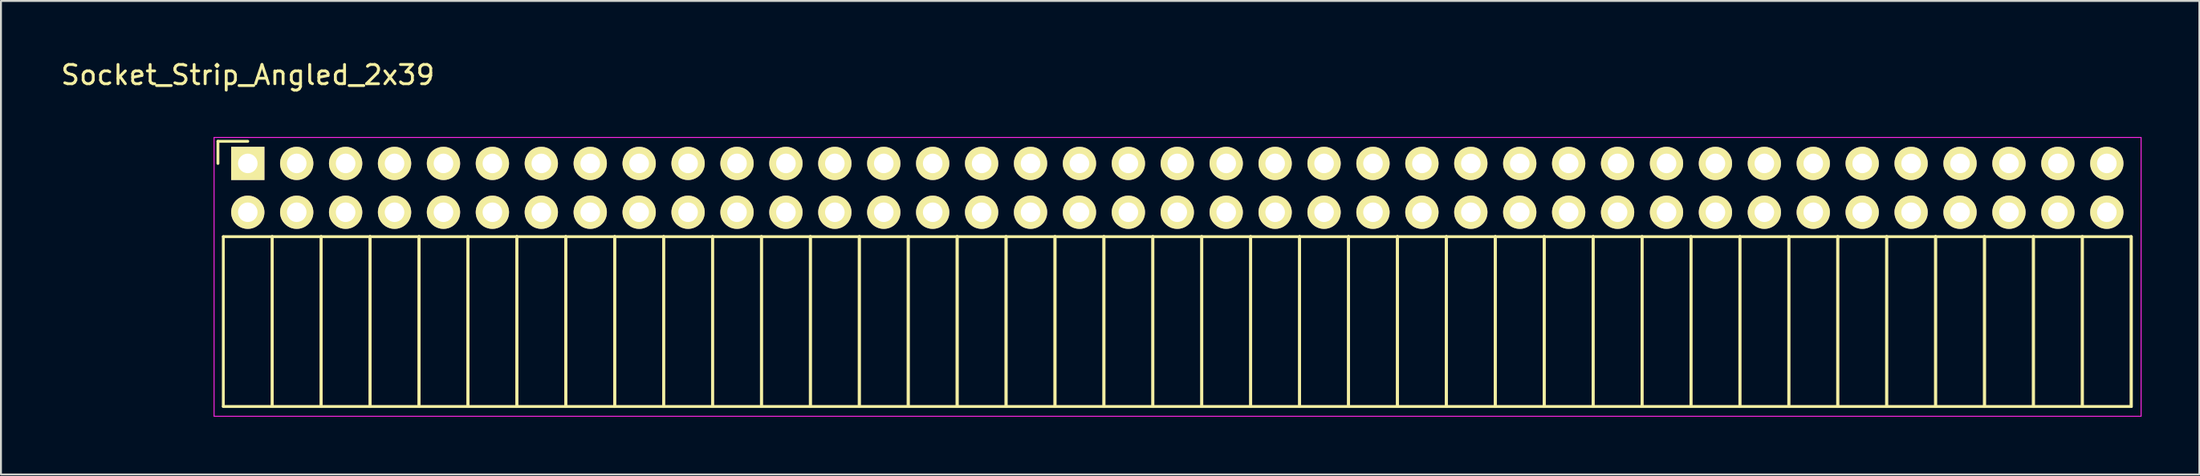
<source format=kicad_pcb>
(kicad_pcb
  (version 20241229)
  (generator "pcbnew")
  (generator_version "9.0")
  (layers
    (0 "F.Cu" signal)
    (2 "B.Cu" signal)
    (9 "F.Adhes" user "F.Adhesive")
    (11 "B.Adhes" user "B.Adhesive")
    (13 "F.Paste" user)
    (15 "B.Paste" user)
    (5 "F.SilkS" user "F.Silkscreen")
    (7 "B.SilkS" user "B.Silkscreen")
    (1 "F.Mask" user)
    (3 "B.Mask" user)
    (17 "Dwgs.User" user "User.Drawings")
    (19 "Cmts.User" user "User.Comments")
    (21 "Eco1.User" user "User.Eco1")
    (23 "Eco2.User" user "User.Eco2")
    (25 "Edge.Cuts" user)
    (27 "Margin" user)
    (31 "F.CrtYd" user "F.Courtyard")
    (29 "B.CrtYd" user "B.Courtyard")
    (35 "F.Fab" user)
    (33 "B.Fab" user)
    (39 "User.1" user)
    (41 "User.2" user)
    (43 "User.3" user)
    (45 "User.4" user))
  (footprint "Socket_Strip_Angled_2x39"
    (layer "F.Cu")
    (at 9.815 5.448)
    (property "Reference" "Socket_Strip_Angled_2x39" (at 0 -4.6 0) (layer "F.SilkS") (effects (font (size 1 1) (thickness 0.15))))
    (attr through_hole)
    (fp_line (start -1.55 -1.15) (end -1.55 0) (stroke (width 0.15) (type solid)) (layer "F.SilkS"))
    (fp_line (start -1.27 3.81) (end -1.27 12.64) (stroke (width 0.15) (type solid)) (layer "F.SilkS"))
    (fp_line (start -1.27 3.81) (end 1.27 3.81) (stroke (width 0.15) (type solid)) (layer "F.SilkS"))
    (fp_line (start -1.27 12.64) (end 1.27 12.64) (stroke (width 0.15) (type solid)) (layer "F.SilkS"))
    (fp_line (start 0 -1.15) (end -1.55 -1.15) (stroke (width 0.15) (type solid)) (layer "F.SilkS"))
    (fp_line (start 1.27 3.81) (end 1.27 12.64) (stroke (width 0.15) (type solid)) (layer "F.SilkS"))
    (fp_line (start 1.27 3.81) (end 3.81 3.81) (stroke (width 0.15) (type solid)) (layer "F.SilkS"))
    (fp_line (start 1.27 12.64) (end 1.27 3.81) (stroke (width 0.15) (type solid)) (layer "F.SilkS"))
    (fp_line (start 1.27 12.64) (end 3.81 12.64) (stroke (width 0.15) (type solid)) (layer "F.SilkS"))
    (fp_line (start 3.81 3.81) (end 3.81 12.64) (stroke (width 0.15) (type solid)) (layer "F.SilkS"))
    (fp_line (start 3.81 3.81) (end 6.35 3.81) (stroke (width 0.15) (type solid)) (layer "F.SilkS"))
    (fp_line (start 3.81 12.64) (end 3.81 3.81) (stroke (width 0.15) (type solid)) (layer "F.SilkS"))
    (fp_line (start 3.81 12.64) (end 6.35 12.64) (stroke (width 0.15) (type solid)) (layer "F.SilkS"))
    (fp_line (start 6.35 3.81) (end 6.35 12.64) (stroke (width 0.15) (type solid)) (layer "F.SilkS"))
    (fp_line (start 6.35 3.81) (end 8.89 3.81) (stroke (width 0.15) (type solid)) (layer "F.SilkS"))
    (fp_line (start 6.35 12.64) (end 6.35 3.81) (stroke (width 0.15) (type solid)) (layer "F.SilkS"))
    (fp_line (start 6.35 12.64) (end 8.89 12.64) (stroke (width 0.15) (type solid)) (layer "F.SilkS"))
    (fp_line (start 8.89 3.81) (end 8.89 12.64) (stroke (width 0.15) (type solid)) (layer "F.SilkS"))
    (fp_line (start 8.89 3.81) (end 11.43 3.81) (stroke (width 0.15) (type solid)) (layer "F.SilkS"))
    (fp_line (start 8.89 12.64) (end 8.89 3.81) (stroke (width 0.15) (type solid)) (layer "F.SilkS"))
    (fp_line (start 8.89 12.64) (end 11.43 12.64) (stroke (width 0.15) (type solid)) (layer "F.SilkS"))
    (fp_line (start 11.43 3.81) (end 11.43 12.64) (stroke (width 0.15) (type solid)) (layer "F.SilkS"))
    (fp_line (start 11.43 3.81) (end 13.97 3.81) (stroke (width 0.15) (type solid)) (layer "F.SilkS"))
    (fp_line (start 11.43 12.64) (end 11.43 3.81) (stroke (width 0.15) (type solid)) (layer "F.SilkS"))
    (fp_line (start 11.43 12.64) (end 13.97 12.64) (stroke (width 0.15) (type solid)) (layer "F.SilkS"))
    (fp_line (start 13.97 3.81) (end 13.97 12.64) (stroke (width 0.15) (type solid)) (layer "F.SilkS"))
    (fp_line (start 13.97 3.81) (end 16.51 3.81) (stroke (width 0.15) (type solid)) (layer "F.SilkS"))
    (fp_line (start 13.97 12.64) (end 13.97 3.81) (stroke (width 0.15) (type solid)) (layer "F.SilkS"))
    (fp_line (start 13.97 12.64) (end 16.51 12.64) (stroke (width 0.15) (type solid)) (layer "F.SilkS"))
    (fp_line (start 16.51 3.81) (end 16.51 12.64) (stroke (width 0.15) (type solid)) (layer "F.SilkS"))
    (fp_line (start 16.51 3.81) (end 19.05 3.81) (stroke (width 0.15) (type solid)) (layer "F.SilkS"))
    (fp_line (start 16.51 12.64) (end 16.51 3.81) (stroke (width 0.15) (type solid)) (layer "F.SilkS"))
    (fp_line (start 16.51 12.64) (end 19.05 12.64) (stroke (width 0.15) (type solid)) (layer "F.SilkS"))
    (fp_line (start 19.05 3.81) (end 19.05 12.64) (stroke (width 0.15) (type solid)) (layer "F.SilkS"))
    (fp_line (start 19.05 3.81) (end 21.59 3.81) (stroke (width 0.15) (type solid)) (layer "F.SilkS"))
    (fp_line (start 19.05 12.64) (end 19.05 3.81) (stroke (width 0.15) (type solid)) (layer "F.SilkS"))
    (fp_line (start 19.05 12.64) (end 21.59 12.64) (stroke (width 0.15) (type solid)) (layer "F.SilkS"))
    (fp_line (start 21.59 3.81) (end 21.59 12.64) (stroke (width 0.15) (type solid)) (layer "F.SilkS"))
    (fp_line (start 21.59 3.81) (end 24.13 3.81) (stroke (width 0.15) (type solid)) (layer "F.SilkS"))
    (fp_line (start 21.59 12.64) (end 21.59 3.81) (stroke (width 0.15) (type solid)) (layer "F.SilkS"))
    (fp_line (start 21.59 12.64) (end 24.13 12.64) (stroke (width 0.15) (type solid)) (layer "F.SilkS"))
    (fp_line (start 24.13 3.81) (end 24.13 12.64) (stroke (width 0.15) (type solid)) (layer "F.SilkS"))
    (fp_line (start 24.13 3.81) (end 26.67 3.81) (stroke (width 0.15) (type solid)) (layer "F.SilkS"))
    (fp_line (start 24.13 12.64) (end 24.13 3.81) (stroke (width 0.15) (type solid)) (layer "F.SilkS"))
    (fp_line (start 24.13 12.64) (end 26.67 12.64) (stroke (width 0.15) (type solid)) (layer "F.SilkS"))
    (fp_line (start 26.67 3.81) (end 26.67 12.64) (stroke (width 0.15) (type solid)) (layer "F.SilkS"))
    (fp_line (start 26.67 3.81) (end 29.21 3.81) (stroke (width 0.15) (type solid)) (layer "F.SilkS"))
    (fp_line (start 26.67 12.64) (end 26.67 3.81) (stroke (width 0.15) (type solid)) (layer "F.SilkS"))
    (fp_line (start 26.67 12.64) (end 29.21 12.64) (stroke (width 0.15) (type solid)) (layer "F.SilkS"))
    (fp_line (start 29.21 3.81) (end 29.21 12.64) (stroke (width 0.15) (type solid)) (layer "F.SilkS"))
    (fp_line (start 29.21 3.81) (end 31.75 3.81) (stroke (width 0.15) (type solid)) (layer "F.SilkS"))
    (fp_line (start 29.21 12.64) (end 29.21 3.81) (stroke (width 0.15) (type solid)) (layer "F.SilkS"))
    (fp_line (start 29.21 12.64) (end 31.75 12.64) (stroke (width 0.15) (type solid)) (layer "F.SilkS"))
    (fp_line (start 31.75 3.81) (end 31.75 12.64) (stroke (width 0.15) (type solid)) (layer "F.SilkS"))
    (fp_line (start 31.75 3.81) (end 34.29 3.81) (stroke (width 0.15) (type solid)) (layer "F.SilkS"))
    (fp_line (start 31.75 12.64) (end 31.75 3.81) (stroke (width 0.15) (type solid)) (layer "F.SilkS"))
    (fp_line (start 31.75 12.64) (end 34.29 12.64) (stroke (width 0.15) (type solid)) (layer "F.SilkS"))
    (fp_line (start 34.29 3.81) (end 34.29 12.64) (stroke (width 0.15) (type solid)) (layer "F.SilkS"))
    (fp_line (start 34.29 3.81) (end 36.83 3.81) (stroke (width 0.15) (type solid)) (layer "F.SilkS"))
    (fp_line (start 34.29 12.64) (end 34.29 3.81) (stroke (width 0.15) (type solid)) (layer "F.SilkS"))
    (fp_line (start 34.29 12.64) (end 36.83 12.64) (stroke (width 0.15) (type solid)) (layer "F.SilkS"))
    (fp_line (start 36.83 3.81) (end 36.83 12.64) (stroke (width 0.15) (type solid)) (layer "F.SilkS"))
    (fp_line (start 36.83 3.81) (end 39.37 3.81) (stroke (width 0.15) (type solid)) (layer "F.SilkS"))
    (fp_line (start 36.83 12.64) (end 36.83 3.81) (stroke (width 0.15) (type solid)) (layer "F.SilkS"))
    (fp_line (start 36.83 12.64) (end 39.37 12.64) (stroke (width 0.15) (type solid)) (layer "F.SilkS"))
    (fp_line (start 39.37 3.81) (end 39.37 12.64) (stroke (width 0.15) (type solid)) (layer "F.SilkS"))
    (fp_line (start 39.37 3.81) (end 41.91 3.81) (stroke (width 0.15) (type solid)) (layer "F.SilkS"))
    (fp_line (start 39.37 12.64) (end 39.37 3.81) (stroke (width 0.15) (type solid)) (layer "F.SilkS"))
    (fp_line (start 39.37 12.64) (end 41.91 12.64) (stroke (width 0.15) (type solid)) (layer "F.SilkS"))
    (fp_line (start 41.91 3.81) (end 41.91 12.64) (stroke (width 0.15) (type solid)) (layer "F.SilkS"))
    (fp_line (start 41.91 3.81) (end 44.45 3.81) (stroke (width 0.15) (type solid)) (layer "F.SilkS"))
    (fp_line (start 41.91 12.64) (end 41.91 3.81) (stroke (width 0.15) (type solid)) (layer "F.SilkS"))
    (fp_line (start 41.91 12.64) (end 44.45 12.64) (stroke (width 0.15) (type solid)) (layer "F.SilkS"))
    (fp_line (start 44.45 3.81) (end 44.45 12.64) (stroke (width 0.15) (type solid)) (layer "F.SilkS"))
    (fp_line (start 44.45 3.81) (end 46.99 3.81) (stroke (width 0.15) (type solid)) (layer "F.SilkS"))
    (fp_line (start 44.45 12.64) (end 44.45 3.81) (stroke (width 0.15) (type solid)) (layer "F.SilkS"))
    (fp_line (start 44.45 12.64) (end 46.99 12.64) (stroke (width 0.15) (type solid)) (layer "F.SilkS"))
    (fp_line (start 46.99 3.81) (end 46.99 12.64) (stroke (width 0.15) (type solid)) (layer "F.SilkS"))
    (fp_line (start 46.99 3.81) (end 49.53 3.81) (stroke (width 0.15) (type solid)) (layer "F.SilkS"))
    (fp_line (start 46.99 12.64) (end 46.99 3.81) (stroke (width 0.15) (type solid)) (layer "F.SilkS"))
    (fp_line (start 46.99 12.64) (end 49.53 12.64) (stroke (width 0.15) (type solid)) (layer "F.SilkS"))
    (fp_line (start 49.53 3.81) (end 49.53 12.64) (stroke (width 0.15) (type solid)) (layer "F.SilkS"))
    (fp_line (start 49.53 3.81) (end 52.07 3.81) (stroke (width 0.15) (type solid)) (layer "F.SilkS"))
    (fp_line (start 49.53 12.64) (end 49.53 3.81) (stroke (width 0.15) (type solid)) (layer "F.SilkS"))
    (fp_line (start 49.53 12.64) (end 52.07 12.64) (stroke (width 0.15) (type solid)) (layer "F.SilkS"))
    (fp_line (start 52.07 3.81) (end 52.07 12.64) (stroke (width 0.15) (type solid)) (layer "F.SilkS"))
    (fp_line (start 52.07 3.81) (end 54.61 3.81) (stroke (width 0.15) (type solid)) (layer "F.SilkS"))
    (fp_line (start 52.07 12.64) (end 52.07 3.81) (stroke (width 0.15) (type solid)) (layer "F.SilkS"))
    (fp_line (start 52.07 12.64) (end 54.61 12.64) (stroke (width 0.15) (type solid)) (layer "F.SilkS"))
    (fp_line (start 54.61 3.81) (end 54.61 12.64) (stroke (width 0.15) (type solid)) (layer "F.SilkS"))
    (fp_line (start 54.61 3.81) (end 57.15 3.81) (stroke (width 0.15) (type solid)) (layer "F.SilkS"))
    (fp_line (start 54.61 12.64) (end 54.61 3.81) (stroke (width 0.15) (type solid)) (layer "F.SilkS"))
    (fp_line (start 54.61 12.64) (end 57.15 12.64) (stroke (width 0.15) (type solid)) (layer "F.SilkS"))
    (fp_line (start 57.15 3.81) (end 57.15 12.64) (stroke (width 0.15) (type solid)) (layer "F.SilkS"))
    (fp_line (start 57.15 3.81) (end 59.69 3.81) (stroke (width 0.15) (type solid)) (layer "F.SilkS"))
    (fp_line (start 57.15 12.64) (end 57.15 3.81) (stroke (width 0.15) (type solid)) (layer "F.SilkS"))
    (fp_line (start 57.15 12.64) (end 59.69 12.64) (stroke (width 0.15) (type solid)) (layer "F.SilkS"))
    (fp_line (start 59.69 3.81) (end 59.69 12.64) (stroke (width 0.15) (type solid)) (layer "F.SilkS"))
    (fp_line (start 59.69 3.81) (end 62.23 3.81) (stroke (width 0.15) (type solid)) (layer "F.SilkS"))
    (fp_line (start 59.69 12.64) (end 59.69 3.81) (stroke (width 0.15) (type solid)) (layer "F.SilkS"))
    (fp_line (start 59.69 12.64) (end 62.23 12.64) (stroke (width 0.15) (type solid)) (layer "F.SilkS"))
    (fp_line (start 62.23 3.81) (end 62.23 12.64) (stroke (width 0.15) (type solid)) (layer "F.SilkS"))
    (fp_line (start 62.23 3.81) (end 64.77 3.81) (stroke (width 0.15) (type solid)) (layer "F.SilkS"))
    (fp_line (start 62.23 12.64) (end 62.23 3.81) (stroke (width 0.15) (type solid)) (layer "F.SilkS"))
    (fp_line (start 62.23 12.64) (end 64.77 12.64) (stroke (width 0.15) (type solid)) (layer "F.SilkS"))
    (fp_line (start 64.77 3.81) (end 64.77 12.64) (stroke (width 0.15) (type solid)) (layer "F.SilkS"))
    (fp_line (start 64.77 3.81) (end 67.31 3.81) (stroke (width 0.15) (type solid)) (layer "F.SilkS"))
    (fp_line (start 64.77 12.64) (end 64.77 3.81) (stroke (width 0.15) (type solid)) (layer "F.SilkS"))
    (fp_line (start 64.77 12.64) (end 67.31 12.64) (stroke (width 0.15) (type solid)) (layer "F.SilkS"))
    (fp_line (start 67.31 3.81) (end 67.31 12.64) (stroke (width 0.15) (type solid)) (layer "F.SilkS"))
    (fp_line (start 67.31 3.81) (end 69.85 3.81) (stroke (width 0.15) (type solid)) (layer "F.SilkS"))
    (fp_line (start 67.31 12.64) (end 67.31 3.81) (stroke (width 0.15) (type solid)) (layer "F.SilkS"))
    (fp_line (start 67.31 12.64) (end 69.85 12.64) (stroke (width 0.15) (type solid)) (layer "F.SilkS"))
    (fp_line (start 69.85 3.81) (end 69.85 12.64) (stroke (width 0.15) (type solid)) (layer "F.SilkS"))
    (fp_line (start 69.85 3.81) (end 72.39 3.81) (stroke (width 0.15) (type solid)) (layer "F.SilkS"))
    (fp_line (start 69.85 12.64) (end 69.85 3.81) (stroke (width 0.15) (type solid)) (layer "F.SilkS"))
    (fp_line (start 69.85 12.64) (end 72.39 12.64) (stroke (width 0.15) (type solid)) (layer "F.SilkS"))
    (fp_line (start 72.39 3.81) (end 72.39 12.64) (stroke (width 0.15) (type solid)) (layer "F.SilkS"))
    (fp_line (start 72.39 3.81) (end 74.93 3.81) (stroke (width 0.15) (type solid)) (layer "F.SilkS"))
    (fp_line (start 72.39 12.64) (end 72.39 3.81) (stroke (width 0.15) (type solid)) (layer "F.SilkS"))
    (fp_line (start 72.39 12.64) (end 74.93 12.64) (stroke (width 0.15) (type solid)) (layer "F.SilkS"))
    (fp_line (start 74.93 3.81) (end 74.93 12.64) (stroke (width 0.15) (type solid)) (layer "F.SilkS"))
    (fp_line (start 74.93 3.81) (end 77.47 3.81) (stroke (width 0.15) (type solid)) (layer "F.SilkS"))
    (fp_line (start 74.93 12.64) (end 74.93 3.81) (stroke (width 0.15) (type solid)) (layer "F.SilkS"))
    (fp_line (start 74.93 12.64) (end 77.47 12.64) (stroke (width 0.15) (type solid)) (layer "F.SilkS"))
    (fp_line (start 77.47 3.81) (end 77.47 12.64) (stroke (width 0.15) (type solid)) (layer "F.SilkS"))
    (fp_line (start 77.47 3.81) (end 80.01 3.81) (stroke (width 0.15) (type solid)) (layer "F.SilkS"))
    (fp_line (start 77.47 12.64) (end 77.47 3.81) (stroke (width 0.15) (type solid)) (layer "F.SilkS"))
    (fp_line (start 77.47 12.64) (end 80.01 12.64) (stroke (width 0.15) (type solid)) (layer "F.SilkS"))
    (fp_line (start 80.01 3.81) (end 80.01 12.64) (stroke (width 0.15) (type solid)) (layer "F.SilkS"))
    (fp_line (start 80.01 3.81) (end 82.55 3.81) (stroke (width 0.15) (type solid)) (layer "F.SilkS"))
    (fp_line (start 80.01 12.64) (end 80.01 3.81) (stroke (width 0.15) (type solid)) (layer "F.SilkS"))
    (fp_line (start 80.01 12.64) (end 82.55 12.64) (stroke (width 0.15) (type solid)) (layer "F.SilkS"))
    (fp_line (start 82.55 3.81) (end 82.55 12.64) (stroke (width 0.15) (type solid)) (layer "F.SilkS"))
    (fp_line (start 82.55 3.81) (end 85.09 3.81) (stroke (width 0.15) (type solid)) (layer "F.SilkS"))
    (fp_line (start 82.55 12.64) (end 82.55 3.81) (stroke (width 0.15) (type solid)) (layer "F.SilkS"))
    (fp_line (start 82.55 12.64) (end 85.09 12.64) (stroke (width 0.15) (type solid)) (layer "F.SilkS"))
    (fp_line (start 85.09 3.81) (end 85.09 12.64) (stroke (width 0.15) (type solid)) (layer "F.SilkS"))
    (fp_line (start 85.09 3.81) (end 87.63 3.81) (stroke (width 0.15) (type solid)) (layer "F.SilkS"))
    (fp_line (start 85.09 12.64) (end 85.09 3.81) (stroke (width 0.15) (type solid)) (layer "F.SilkS"))
    (fp_line (start 85.09 12.64) (end 87.63 12.64) (stroke (width 0.15) (type solid)) (layer "F.SilkS"))
    (fp_line (start 87.63 3.81) (end 87.63 12.64) (stroke (width 0.15) (type solid)) (layer "F.SilkS"))
    (fp_line (start 87.63 3.81) (end 90.17 3.81) (stroke (width 0.15) (type solid)) (layer "F.SilkS"))
    (fp_line (start 87.63 12.64) (end 87.63 3.81) (stroke (width 0.15) (type solid)) (layer "F.SilkS"))
    (fp_line (start 87.63 12.64) (end 90.17 12.64) (stroke (width 0.15) (type solid)) (layer "F.SilkS"))
    (fp_line (start 90.17 3.81) (end 90.17 12.64) (stroke (width 0.15) (type solid)) (layer "F.SilkS"))
    (fp_line (start 90.17 3.81) (end 92.71 3.81) (stroke (width 0.15) (type solid)) (layer "F.SilkS"))
    (fp_line (start 90.17 12.64) (end 90.17 3.81) (stroke (width 0.15) (type solid)) (layer "F.SilkS"))
    (fp_line (start 90.17 12.64) (end 92.71 12.64) (stroke (width 0.15) (type solid)) (layer "F.SilkS"))
    (fp_line (start 92.71 3.81) (end 92.71 12.64) (stroke (width 0.15) (type solid)) (layer "F.SilkS"))
    (fp_line (start 92.71 3.81) (end 95.25 3.81) (stroke (width 0.15) (type solid)) (layer "F.SilkS"))
    (fp_line (start 92.71 12.64) (end 92.71 3.81) (stroke (width 0.15) (type solid)) (layer "F.SilkS"))
    (fp_line (start 92.71 12.64) (end 95.25 12.64) (stroke (width 0.15) (type solid)) (layer "F.SilkS"))
    (fp_line (start 95.25 3.81) (end 95.25 12.64) (stroke (width 0.15) (type solid)) (layer "F.SilkS"))
    (fp_line (start 95.25 3.81) (end 97.79 3.81) (stroke (width 0.15) (type solid)) (layer "F.SilkS"))
    (fp_line (start 95.25 12.64) (end 95.25 3.81) (stroke (width 0.15) (type solid)) (layer "F.SilkS"))
    (fp_line (start 95.25 12.64) (end 97.79 12.64) (stroke (width 0.15) (type solid)) (layer "F.SilkS"))
    (fp_line (start 97.79 3.81) (end 97.79 12.64) (stroke (width 0.15) (type solid)) (layer "F.SilkS"))
    (fp_line (start 97.79 12.64) (end 97.79 3.81) (stroke (width 0.15) (type solid)) (layer "F.SilkS"))
    (fp_line (start -1.75 -1.35) (end -1.75 13.15) (stroke (width 0.05) (type solid)) (layer "F.CrtYd"))
    (fp_line (start -1.75 -1.35) (end 98.3 -1.35) (stroke (width 0.05) (type solid)) (layer "F.CrtYd"))
    (fp_line (start -1.75 13.15) (end 98.3 13.15) (stroke (width 0.05) (type solid)) (layer "F.CrtYd"))
    (fp_line (start 98.3 -1.35) (end 98.3 13.15) (stroke (width 0.05) (type solid)) (layer "F.CrtYd"))
    (pad "1" thru_hole rect (at 0 0) (size 1.727 1.727) (drill 1.016) (layers "*.Cu" "*.Mask" "F.SilkS"))
    (pad "2" thru_hole oval (at 0 2.54) (size 1.727 1.727) (drill 1.016) (layers "*.Cu" "*.Mask" "F.SilkS"))
    (pad "3" thru_hole oval (at 2.54 0) (size 1.727 1.727) (drill 1.016) (layers "*.Cu" "*.Mask" "F.SilkS"))
    (pad "4" thru_hole oval (at 2.54 2.54) (size 1.727 1.727) (drill 1.016) (layers "*.Cu" "*.Mask" "F.SilkS"))
    (pad "5" thru_hole oval (at 5.08 0) (size 1.727 1.727) (drill 1.016) (layers "*.Cu" "*.Mask" "F.SilkS"))
    (pad "6" thru_hole oval (at 5.08 2.54) (size 1.727 1.727) (drill 1.016) (layers "*.Cu" "*.Mask" "F.SilkS"))
    (pad "7" thru_hole oval (at 7.62 0) (size 1.727 1.727) (drill 1.016) (layers "*.Cu" "*.Mask" "F.SilkS"))
    (pad "8" thru_hole oval (at 7.62 2.54) (size 1.727 1.727) (drill 1.016) (layers "*.Cu" "*.Mask" "F.SilkS"))
    (pad "9" thru_hole oval (at 10.16 0) (size 1.727 1.727) (drill 1.016) (layers "*.Cu" "*.Mask" "F.SilkS"))
    (pad "10" thru_hole oval (at 10.16 2.54) (size 1.727 1.727) (drill 1.016) (layers "*.Cu" "*.Mask" "F.SilkS"))
    (pad "11" thru_hole oval (at 12.7 0) (size 1.727 1.727) (drill 1.016) (layers "*.Cu" "*.Mask" "F.SilkS"))
    (pad "12" thru_hole oval (at 12.7 2.54) (size 1.727 1.727) (drill 1.016) (layers "*.Cu" "*.Mask" "F.SilkS"))
    (pad "13" thru_hole oval (at 15.24 0) (size 1.727 1.727) (drill 1.016) (layers "*.Cu" "*.Mask" "F.SilkS"))
    (pad "14" thru_hole oval (at 15.24 2.54) (size 1.727 1.727) (drill 1.016) (layers "*.Cu" "*.Mask" "F.SilkS"))
    (pad "15" thru_hole oval (at 17.78 0) (size 1.727 1.727) (drill 1.016) (layers "*.Cu" "*.Mask" "F.SilkS"))
    (pad "16" thru_hole oval (at 17.78 2.54) (size 1.727 1.727) (drill 1.016) (layers "*.Cu" "*.Mask" "F.SilkS"))
    (pad "17" thru_hole oval (at 20.32 0) (size 1.727 1.727) (drill 1.016) (layers "*.Cu" "*.Mask" "F.SilkS"))
    (pad "18" thru_hole oval (at 20.32 2.54) (size 1.727 1.727) (drill 1.016) (layers "*.Cu" "*.Mask" "F.SilkS"))
    (pad "19" thru_hole oval (at 22.86 0) (size 1.727 1.727) (drill 1.016) (layers "*.Cu" "*.Mask" "F.SilkS"))
    (pad "20" thru_hole oval (at 22.86 2.54) (size 1.727 1.727) (drill 1.016) (layers "*.Cu" "*.Mask" "F.SilkS"))
    (pad "21" thru_hole oval (at 25.4 0) (size 1.727 1.727) (drill 1.016) (layers "*.Cu" "*.Mask" "F.SilkS"))
    (pad "22" thru_hole oval (at 25.4 2.54) (size 1.727 1.727) (drill 1.016) (layers "*.Cu" "*.Mask" "F.SilkS"))
    (pad "23" thru_hole oval (at 27.94 0) (size 1.727 1.727) (drill 1.016) (layers "*.Cu" "*.Mask" "F.SilkS"))
    (pad "24" thru_hole oval (at 27.94 2.54) (size 1.727 1.727) (drill 1.016) (layers "*.Cu" "*.Mask" "F.SilkS"))
    (pad "25" thru_hole oval (at 30.48 0) (size 1.727 1.727) (drill 1.016) (layers "*.Cu" "*.Mask" "F.SilkS"))
    (pad "26" thru_hole oval (at 30.48 2.54) (size 1.727 1.727) (drill 1.016) (layers "*.Cu" "*.Mask" "F.SilkS"))
    (pad "27" thru_hole oval (at 33.02 0) (size 1.727 1.727) (drill 1.016) (layers "*.Cu" "*.Mask" "F.SilkS"))
    (pad "28" thru_hole oval (at 33.02 2.54) (size 1.727 1.727) (drill 1.016) (layers "*.Cu" "*.Mask" "F.SilkS"))
    (pad "29" thru_hole oval (at 35.56 0) (size 1.727 1.727) (drill 1.016) (layers "*.Cu" "*.Mask" "F.SilkS"))
    (pad "30" thru_hole oval (at 35.56 2.54) (size 1.727 1.727) (drill 1.016) (layers "*.Cu" "*.Mask" "F.SilkS"))
    (pad "31" thru_hole oval (at 38.1 0) (size 1.727 1.727) (drill 1.016) (layers "*.Cu" "*.Mask" "F.SilkS"))
    (pad "32" thru_hole oval (at 38.1 2.54) (size 1.727 1.727) (drill 1.016) (layers "*.Cu" "*.Mask" "F.SilkS"))
    (pad "33" thru_hole oval (at 40.64 0) (size 1.727 1.727) (drill 1.016) (layers "*.Cu" "*.Mask" "F.SilkS"))
    (pad "34" thru_hole oval (at 40.64 2.54) (size 1.727 1.727) (drill 1.016) (layers "*.Cu" "*.Mask" "F.SilkS"))
    (pad "35" thru_hole oval (at 43.18 0) (size 1.727 1.727) (drill 1.016) (layers "*.Cu" "*.Mask" "F.SilkS"))
    (pad "36" thru_hole oval (at 43.18 2.54) (size 1.727 1.727) (drill 1.016) (layers "*.Cu" "*.Mask" "F.SilkS"))
    (pad "37" thru_hole oval (at 45.72 0) (size 1.727 1.727) (drill 1.016) (layers "*.Cu" "*.Mask" "F.SilkS"))
    (pad "38" thru_hole oval (at 45.72 2.54) (size 1.727 1.727) (drill 1.016) (layers "*.Cu" "*.Mask" "F.SilkS"))
    (pad "39" thru_hole oval (at 48.26 0) (size 1.727 1.727) (drill 1.016) (layers "*.Cu" "*.Mask" "F.SilkS"))
    (pad "40" thru_hole oval (at 48.26 2.54) (size 1.727 1.727) (drill 1.016) (layers "*.Cu" "*.Mask" "F.SilkS"))
    (pad "41" thru_hole oval (at 50.8 0) (size 1.727 1.727) (drill 1.016) (layers "*.Cu" "*.Mask" "F.SilkS"))
    (pad "42" thru_hole oval (at 50.8 2.54) (size 1.727 1.727) (drill 1.016) (layers "*.Cu" "*.Mask" "F.SilkS"))
    (pad "43" thru_hole oval (at 53.34 0) (size 1.727 1.727) (drill 1.016) (layers "*.Cu" "*.Mask" "F.SilkS"))
    (pad "44" thru_hole oval (at 53.34 2.54) (size 1.727 1.727) (drill 1.016) (layers "*.Cu" "*.Mask" "F.SilkS"))
    (pad "45" thru_hole oval (at 55.88 0) (size 1.727 1.727) (drill 1.016) (layers "*.Cu" "*.Mask" "F.SilkS"))
    (pad "46" thru_hole oval (at 55.88 2.54) (size 1.727 1.727) (drill 1.016) (layers "*.Cu" "*.Mask" "F.SilkS"))
    (pad "47" thru_hole oval (at 58.42 0) (size 1.727 1.727) (drill 1.016) (layers "*.Cu" "*.Mask" "F.SilkS"))
    (pad "48" thru_hole oval (at 58.42 2.54) (size 1.727 1.727) (drill 1.016) (layers "*.Cu" "*.Mask" "F.SilkS"))
    (pad "49" thru_hole oval (at 60.96 0) (size 1.727 1.727) (drill 1.016) (layers "*.Cu" "*.Mask" "F.SilkS"))
    (pad "50" thru_hole oval (at 60.96 2.54) (size 1.727 1.727) (drill 1.016) (layers "*.Cu" "*.Mask" "F.SilkS"))
    (pad "51" thru_hole oval (at 63.5 0) (size 1.727 1.727) (drill 1.016) (layers "*.Cu" "*.Mask" "F.SilkS"))
    (pad "52" thru_hole oval (at 63.5 2.54) (size 1.727 1.727) (drill 1.016) (layers "*.Cu" "*.Mask" "F.SilkS"))
    (pad "53" thru_hole oval (at 66.04 0) (size 1.727 1.727) (drill 1.016) (layers "*.Cu" "*.Mask" "F.SilkS"))
    (pad "54" thru_hole oval (at 66.04 2.54) (size 1.727 1.727) (drill 1.016) (layers "*.Cu" "*.Mask" "F.SilkS"))
    (pad "55" thru_hole oval (at 68.58 0) (size 1.727 1.727) (drill 1.016) (layers "*.Cu" "*.Mask" "F.SilkS"))
    (pad "56" thru_hole oval (at 68.58 2.54) (size 1.727 1.727) (drill 1.016) (layers "*.Cu" "*.Mask" "F.SilkS"))
    (pad "57" thru_hole oval (at 71.12 0) (size 1.727 1.727) (drill 1.016) (layers "*.Cu" "*.Mask" "F.SilkS"))
    (pad "58" thru_hole oval (at 71.12 2.54) (size 1.727 1.727) (drill 1.016) (layers "*.Cu" "*.Mask" "F.SilkS"))
    (pad "59" thru_hole oval (at 73.66 0) (size 1.727 1.727) (drill 1.016) (layers "*.Cu" "*.Mask" "F.SilkS"))
    (pad "60" thru_hole oval (at 73.66 2.54) (size 1.727 1.727) (drill 1.016) (layers "*.Cu" "*.Mask" "F.SilkS"))
    (pad "61" thru_hole oval (at 76.2 0) (size 1.727 1.727) (drill 1.016) (layers "*.Cu" "*.Mask" "F.SilkS"))
    (pad "62" thru_hole oval (at 76.2 2.54) (size 1.727 1.727) (drill 1.016) (layers "*.Cu" "*.Mask" "F.SilkS"))
    (pad "63" thru_hole oval (at 78.74 0) (size 1.727 1.727) (drill 1.016) (layers "*.Cu" "*.Mask" "F.SilkS"))
    (pad "64" thru_hole oval (at 78.74 2.54) (size 1.727 1.727) (drill 1.016) (layers "*.Cu" "*.Mask" "F.SilkS"))
    (pad "65" thru_hole oval (at 81.28 0) (size 1.727 1.727) (drill 1.016) (layers "*.Cu" "*.Mask" "F.SilkS"))
    (pad "66" thru_hole oval (at 81.28 2.54) (size 1.727 1.727) (drill 1.016) (layers "*.Cu" "*.Mask" "F.SilkS"))
    (pad "67" thru_hole oval (at 83.82 0) (size 1.727 1.727) (drill 1.016) (layers "*.Cu" "*.Mask" "F.SilkS"))
    (pad "68" thru_hole oval (at 83.82 2.54) (size 1.727 1.727) (drill 1.016) (layers "*.Cu" "*.Mask" "F.SilkS"))
    (pad "69" thru_hole oval (at 86.36 0) (size 1.727 1.727) (drill 1.016) (layers "*.Cu" "*.Mask" "F.SilkS"))
    (pad "70" thru_hole oval (at 86.36 2.54) (size 1.727 1.727) (drill 1.016) (layers "*.Cu" "*.Mask" "F.SilkS"))
    (pad "71" thru_hole oval (at 88.9 0) (size 1.727 1.727) (drill 1.016) (layers "*.Cu" "*.Mask" "F.SilkS"))
    (pad "72" thru_hole oval (at 88.9 2.54) (size 1.727 1.727) (drill 1.016) (layers "*.Cu" "*.Mask" "F.SilkS"))
    (pad "73" thru_hole oval (at 91.44 0) (size 1.727 1.727) (drill 1.016) (layers "*.Cu" "*.Mask" "F.SilkS"))
    (pad "74" thru_hole oval (at 91.44 2.54) (size 1.727 1.727) (drill 1.016) (layers "*.Cu" "*.Mask" "F.SilkS"))
    (pad "75" thru_hole oval (at 93.98 0) (size 1.727 1.727) (drill 1.016) (layers "*.Cu" "*.Mask" "F.SilkS"))
    (pad "76" thru_hole oval (at 93.98 2.54) (size 1.727 1.727) (drill 1.016) (layers "*.Cu" "*.Mask" "F.SilkS"))
    (pad "77" thru_hole oval (at 96.52 0) (size 1.727 1.727) (drill 1.016) (layers "*.Cu" "*.Mask" "F.SilkS"))
    (pad "78" thru_hole oval (at 96.52 2.54) (size 1.727 1.727) (drill 1.016) (layers "*.Cu" "*.Mask" "F.SilkS")))
  (gr_rect
    (start -3 -3)
    (end 111.14 21.623)
    (stroke (width 0.1) (type default))
    (fill no)
    (layer "Edge.Cuts")))
</source>
